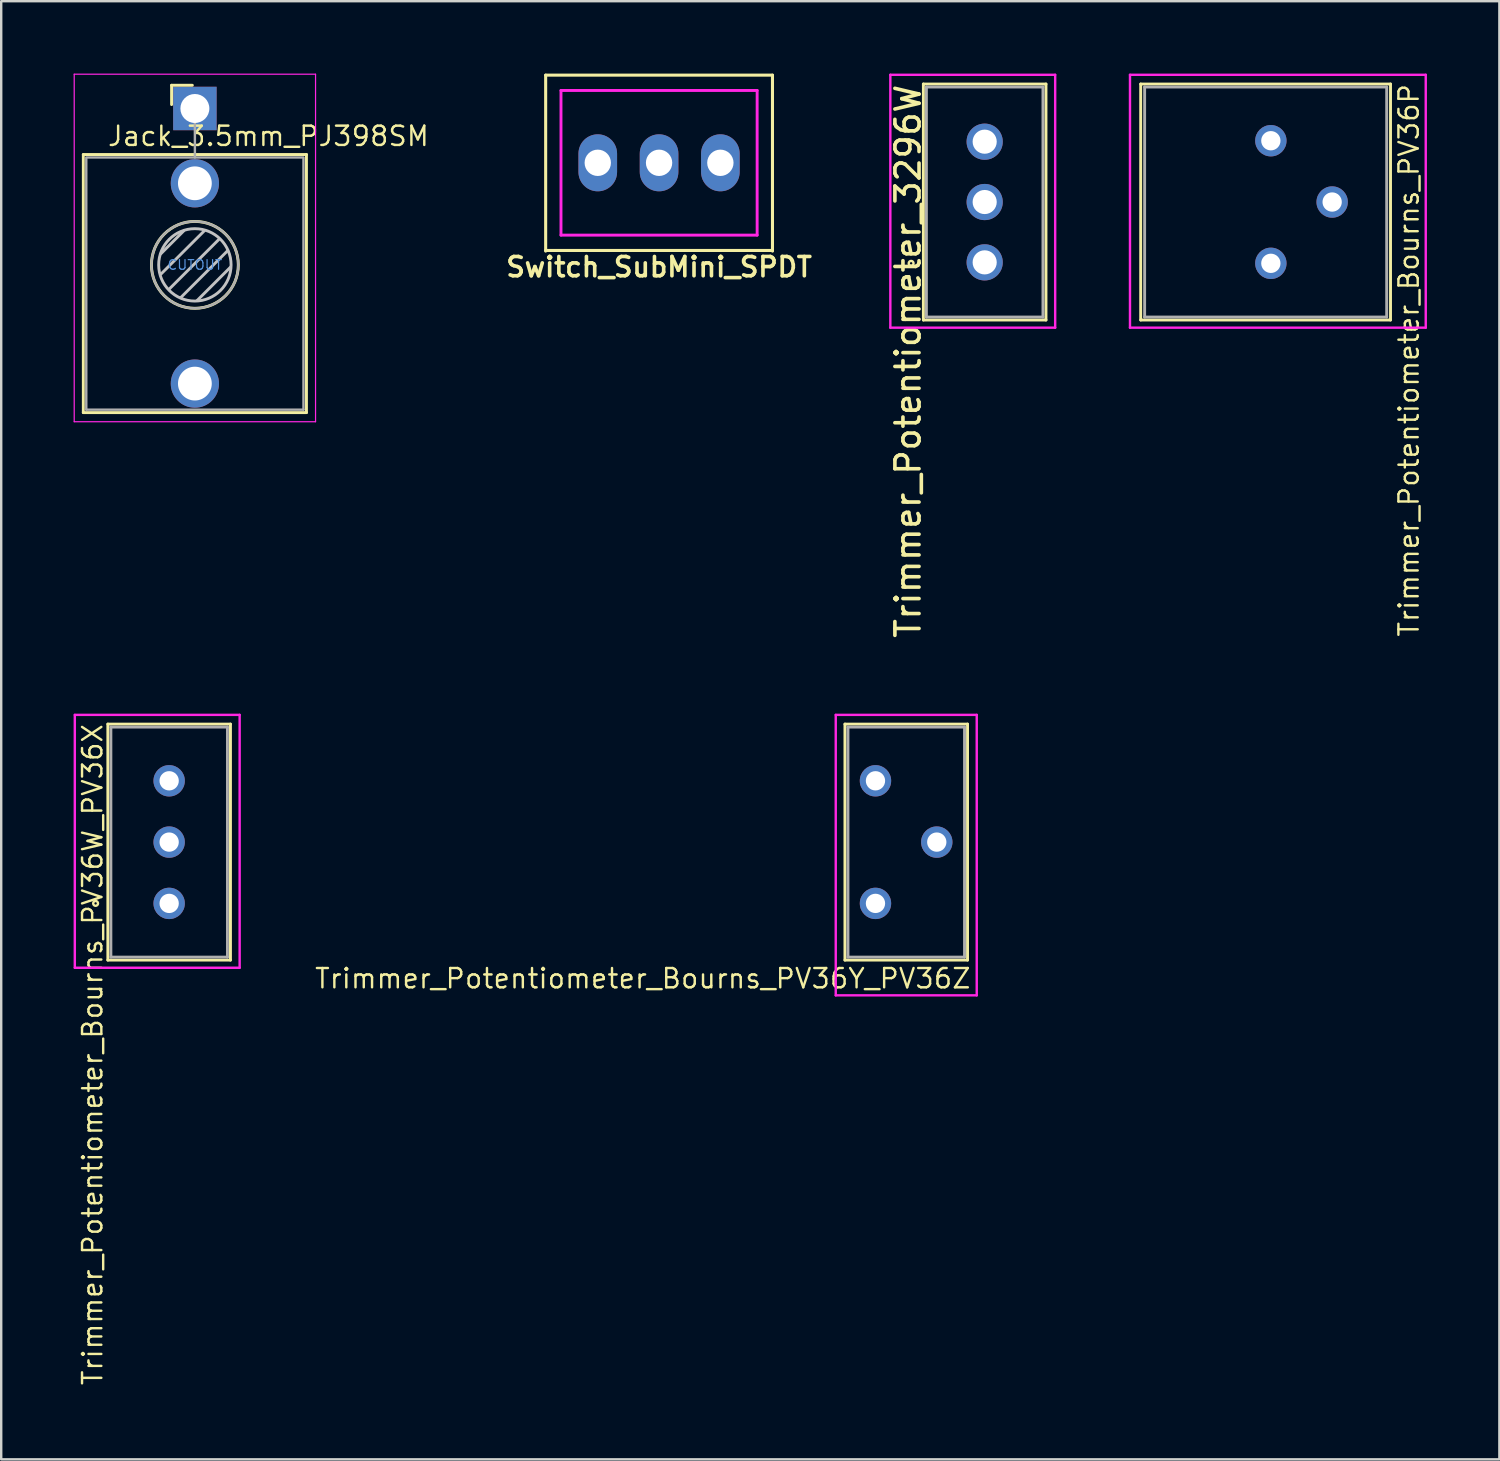
<source format=kicad_pcb>
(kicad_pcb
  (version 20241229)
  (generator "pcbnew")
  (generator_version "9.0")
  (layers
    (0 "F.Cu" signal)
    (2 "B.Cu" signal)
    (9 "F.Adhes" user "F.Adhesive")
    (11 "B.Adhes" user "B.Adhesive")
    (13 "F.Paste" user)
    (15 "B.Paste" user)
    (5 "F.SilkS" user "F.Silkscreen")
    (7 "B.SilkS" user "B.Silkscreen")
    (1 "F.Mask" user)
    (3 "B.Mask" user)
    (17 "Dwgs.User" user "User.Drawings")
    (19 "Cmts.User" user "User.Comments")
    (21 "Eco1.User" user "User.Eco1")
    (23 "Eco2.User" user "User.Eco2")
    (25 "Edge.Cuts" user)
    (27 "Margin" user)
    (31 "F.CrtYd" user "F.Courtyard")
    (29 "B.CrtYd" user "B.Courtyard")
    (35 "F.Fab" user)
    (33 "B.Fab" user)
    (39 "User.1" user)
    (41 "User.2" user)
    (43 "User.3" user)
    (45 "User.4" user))
  (footprint "Trimmer_Potentiometer_Bourns_PV36Y_PV36Z"
    (layer "F.Cu")
    (at 34.501 31.843)
    (property "Reference" "Trimmer_Potentiometer_Bourns_PV36Y_PV36Z" (at 2.731 5.652 180) (layer "F.SilkS") (effects (font (size 0.8 0.8) (thickness 0.1)) (justify right)))
    (attr through_hole)
    (fp_line (start -2.54 -4.889) (end 2.54 -4.889) (stroke (width 0.12) (type solid)) (layer "F.SilkS"))
    (fp_line (start -2.54 4.889) (end -2.54 -4.889) (stroke (width 0.12) (type solid)) (layer "F.SilkS"))
    (fp_line (start 2.54 -4.889) (end 2.54 4.889) (stroke (width 0.12) (type solid)) (layer "F.SilkS"))
    (fp_line (start 2.54 4.889) (end -2.54 4.889) (stroke (width 0.12) (type solid)) (layer "F.SilkS"))
    (fp_line (start -2.921 -5.271) (end 2.921 -5.271) (stroke (width 0.1) (type solid)) (layer "F.CrtYd"))
    (fp_line (start -2.921 6.35) (end -2.921 -5.271) (stroke (width 0.1) (type solid)) (layer "F.CrtYd"))
    (fp_line (start 2.921 -5.271) (end 2.921 6.35) (stroke (width 0.1) (type solid)) (layer "F.CrtYd"))
    (fp_line (start 2.921 6.35) (end -2.921 6.35) (stroke (width 0.1) (type solid)) (layer "F.CrtYd"))
    (fp_line (start -2.415 -4.765) (end -2.415 4.765) (stroke (width 0.12) (type solid)) (layer "F.Fab"))
    (fp_line (start -2.415 4.765) (end 2.415 4.765) (stroke (width 0.12) (type solid)) (layer "F.Fab"))
    (fp_line (start 2.415 -4.765) (end -2.415 -4.765) (stroke (width 0.12) (type solid)) (layer "F.Fab"))
    (fp_line (start 2.415 4.765) (end 2.415 -4.765) (stroke (width 0.12) (type solid)) (layer "F.Fab"))
    (pad "1" thru_hole circle (at -1.275 2.54) (size 1.3 1.3) (drill 0.8) (layers "*.Cu" "*.Mask"))
    (pad "2" thru_hole circle (at 1.265 0) (size 1.3 1.3) (drill 0.8) (layers "*.Cu" "*.Mask"))
    (pad "3" thru_hole circle (at -1.275 -2.54) (size 1.3 1.3) (drill 0.8) (layers "*.Cu" "*.Mask")))
  (footprint "Jack_3.5mm_PJ398SM"
    (layer "F.Cu")
    (at 5.025 7.925)
    (property "Reference" "Jack_3.5mm_PJ398SM" (at 3.048 -5.334 180) (layer "F.SilkS") (effects (font (size 0.8 0.8) (thickness 0.1))))
    (attr through_hole)
    (fp_line (start -4.623 -4.572) (end -4.623 6.121) (stroke (width 0.12) (type solid)) (layer "F.SilkS"))
    (fp_line (start -0.965 -7.442) (end -0.965 -6.642) (stroke (width 0.12) (type solid)) (layer "F.SilkS"))
    (fp_line (start -0.965 -7.442) (end -0.105 -7.442) (stroke (width 0.12) (type solid)) (layer "F.SilkS"))
    (fp_line (start 4.623 -4.572) (end -4.623 -4.572) (stroke (width 0.12) (type solid)) (layer "F.SilkS"))
    (fp_line (start 4.623 -4.572) (end 4.623 6.121) (stroke (width 0.12) (type solid)) (layer "F.SilkS"))
    (fp_line (start 4.623 6.121) (end -4.623 6.121) (stroke (width 0.12) (type solid)) (layer "F.SilkS"))
    (fp_circle (center 0 0) (end 1.8 0) (stroke (width 0.12) (type solid)) (fill no) (layer "F.SilkS"))
    (fp_line (start -1.42 0.395) (end 0.4 -1.42) (stroke (width 0.12) (type solid)) (layer "Dwgs.User"))
    (fp_line (start -1.41 -0.46) (end -0.46 -1.41) (stroke (width 0.12) (type solid)) (layer "Dwgs.User"))
    (fp_line (start -1.07 1.01) (end 1.01 -1.07) (stroke (width 0.12) (type solid)) (layer "Dwgs.User"))
    (fp_line (start -0.58 1.35) (end 1.36 -0.59) (stroke (width 0.12) (type solid)) (layer "Dwgs.User"))
    (fp_line (start 0.09 1.48) (end 1.48 0.09) (stroke (width 0.12) (type solid)) (layer "Dwgs.User"))
    (fp_circle (center 0 0) (end 1.5 0) (stroke (width 0.12) (type solid)) (fill no) (layer "Dwgs.User"))
    (fp_line (start -5 6.5) (end -5 -7.9) (stroke (width 0.05) (type solid)) (layer "F.CrtYd"))
    (fp_line (start 5 -7.9) (end -5 -7.9) (stroke (width 0.05) (type solid)) (layer "F.CrtYd"))
    (fp_line (start 5 6.5) (end -5 6.5) (stroke (width 0.05) (type solid)) (layer "F.CrtYd"))
    (fp_line (start 5 6.5) (end 5 -7.9) (stroke (width 0.05) (type solid)) (layer "F.CrtYd"))
    (fp_line (start -4.5 6) (end -4.5 -4.4) (stroke (width 0.1) (type solid)) (layer "F.Fab"))
    (fp_line (start 0 -6.48) (end 0 -4.45) (stroke (width 0.1) (type solid)) (layer "F.Fab"))
    (fp_line (start 4.5 -4.45) (end -4.5 -4.45) (stroke (width 0.1) (type solid)) (layer "F.Fab"))
    (fp_line (start 4.5 6) (end -4.5 6) (stroke (width 0.1) (type solid)) (layer "F.Fab"))
    (fp_line (start 4.5 6) (end 4.5 -4.4) (stroke (width 0.1) (type solid)) (layer "F.Fab"))
    (fp_circle (center 0 0) (end 1.8 0) (stroke (width 0.1) (type solid)) (fill no) (layer "F.Fab"))
    (fp_text user "CUTOUT" (at 0 0 0) (layer "Cmts.User") (effects (font (size 0.4 0.4) (thickness 0.05))))
    (pad "S" thru_hole rect (at 0 -6.48 180) (size 1.8 1.8) (drill 1.2) (layers "*.Cu" "*.Mask"))
    (pad "T" thru_hole circle (at 0 4.92 180) (size 2 2) (drill 1.4) (layers "*.Cu" "*.Mask"))
    (pad "TN" thru_hole circle (at 0 -3.38 180) (size 2 2) (drill 1.4) (layers "*.Cu" "*.Mask")))
  (footprint "Trimmer_Potentiometer_Bourns_PV36W_PV36X"
    (layer "F.Cu")
    (at 3.959 31.843)
    (property "Reference" "Trimmer_Potentiometer_Bourns_PV36W_PV36X" (at -3.175 -4.953 90) (layer "F.SilkS") (effects (font (size 0.8 0.8) (thickness 0.1)) (justify right)))
    (attr through_hole)
    (fp_line (start -2.54 -4.889) (end 2.54 -4.889) (stroke (width 0.12) (type solid)) (layer "F.SilkS"))
    (fp_line (start -2.54 4.889) (end -2.54 -4.889) (stroke (width 0.12) (type solid)) (layer "F.SilkS"))
    (fp_line (start 2.54 -4.889) (end 2.54 4.889) (stroke (width 0.12) (type solid)) (layer "F.SilkS"))
    (fp_line (start 2.54 4.889) (end -2.54 4.889) (stroke (width 0.12) (type solid)) (layer "F.SilkS"))
    (fp_circle (center -3.048 2.54) (end -2.948 2.54) (stroke (width 0.1) (type solid)) (fill no) (layer "F.SilkS"))
    (fp_line (start -3.909 -5.271) (end 2.921 -5.271) (stroke (width 0.1) (type solid)) (layer "F.CrtYd"))
    (fp_line (start -3.909 5.207) (end -3.909 -5.271) (stroke (width 0.1) (type solid)) (layer "F.CrtYd"))
    (fp_line (start 2.921 -5.271) (end 2.921 5.207) (stroke (width 0.1) (type solid)) (layer "F.CrtYd"))
    (fp_line (start 2.921 5.207) (end -3.909 5.207) (stroke (width 0.1) (type solid)) (layer "F.CrtYd"))
    (fp_line (start -2.415 -4.765) (end -2.415 4.765) (stroke (width 0.12) (type solid)) (layer "F.Fab"))
    (fp_line (start -2.415 4.765) (end 2.415 4.765) (stroke (width 0.12) (type solid)) (layer "F.Fab"))
    (fp_line (start 2.415 -4.765) (end -2.415 -4.765) (stroke (width 0.12) (type solid)) (layer "F.Fab"))
    (fp_line (start 2.415 4.765) (end 2.415 -4.765) (stroke (width 0.12) (type solid)) (layer "F.Fab"))
    (pad "1" thru_hole circle (at 0 2.54) (size 1.3 1.3) (drill 0.8) (layers "*.Cu" "*.Mask"))
    (pad "2" thru_hole circle (at 0 0) (size 1.3 1.3) (drill 0.8) (layers "*.Cu" "*.Mask"))
    (pad "3" thru_hole circle (at 0 -2.54) (size 1.3 1.3) (drill 0.8) (layers "*.Cu" "*.Mask")))
  (footprint "Switch_SubMini_SPDT"
    (layer "F.Cu")
    (at 24.259 3.696)
    (property "Reference" "Switch_SubMini_SPDT" (at 0 4.318 0) (layer "F.SilkS") (effects (font (size 0.8 0.8) (thickness 0.15))))
    (attr through_hole)
    (fp_line (start -4.699 -3.632) (end -4.699 3.658) (stroke (width 0.127) (type solid)) (layer "F.SilkS"))
    (fp_line (start -4.699 -3.632) (end 4.699 -3.632) (stroke (width 0.127) (type solid)) (layer "F.SilkS"))
    (fp_line (start -4.699 3.632) (end 4.699 3.632) (stroke (width 0.127) (type solid)) (layer "F.SilkS"))
    (fp_line (start 4.699 -3.632) (end 4.699 3.658) (stroke (width 0.127) (type solid)) (layer "F.SilkS"))
    (fp_line (start -4.064 -2.997) (end -4.064 2.997) (stroke (width 0.12) (type solid)) (layer "F.CrtYd"))
    (fp_line (start -4.064 -2.997) (end 4.064 -2.997) (stroke (width 0.12) (type solid)) (layer "F.CrtYd"))
    (fp_line (start -4.064 2.997) (end 4.064 2.997) (stroke (width 0.12) (type solid)) (layer "F.CrtYd"))
    (fp_line (start 4.064 -2.997) (end 4.064 2.997) (stroke (width 0.12) (type solid)) (layer "F.CrtYd"))
    (pad "1" thru_hole oval (at -2.54 0) (size 1.6 2.362) (drill 1.092) (layers "*.Cu" "*.Mask"))
    (pad "2" thru_hole oval (at 0 0) (size 1.6 2.362) (drill 1.092) (layers "*.Cu" "*.Mask"))
    (pad "3" thru_hole oval (at 2.54 0) (size 1.6 2.362) (drill 1.092) (layers "*.Cu" "*.Mask")))
  (footprint "Trimmer_Potentiometer_3296W"
    (layer "F.Cu")
    (at 37.751 5.321)
    (property "Reference" "Trimmer_Potentiometer_3296W" (at -3.175 -4.953 90) (unlocked yes) (layer "F.SilkS") (effects (font (size 1 1) (thickness 0.15)) (justify right)))
    (attr through_hole)
    (fp_line (start -2.54 -4.889) (end 2.54 -4.889) (stroke (width 0.12) (type solid)) (layer "F.SilkS"))
    (fp_line (start -2.54 4.889) (end -2.54 -4.889) (stroke (width 0.12) (type solid)) (layer "F.SilkS"))
    (fp_line (start 2.54 -4.889) (end 2.54 4.889) (stroke (width 0.12) (type solid)) (layer "F.SilkS"))
    (fp_line (start 2.54 4.889) (end -2.54 4.889) (stroke (width 0.12) (type solid)) (layer "F.SilkS"))
    (fp_circle (center -3.048 2.54) (end -2.948 2.54) (stroke (width 0.1) (type solid)) (fill no) (layer "F.SilkS"))
    (fp_line (start -3.909 -5.271) (end 2.921 -5.271) (stroke (width 0.1) (type solid)) (layer "F.CrtYd"))
    (fp_line (start -3.909 5.207) (end -3.909 -5.271) (stroke (width 0.1) (type solid)) (layer "F.CrtYd"))
    (fp_line (start 2.921 -5.271) (end 2.921 5.207) (stroke (width 0.1) (type solid)) (layer "F.CrtYd"))
    (fp_line (start 2.921 5.207) (end -3.909 5.207) (stroke (width 0.1) (type solid)) (layer "F.CrtYd"))
    (fp_line (start -2.415 -4.765) (end -2.415 4.765) (stroke (width 0.12) (type solid)) (layer "F.Fab"))
    (fp_line (start -2.415 4.765) (end 2.415 4.765) (stroke (width 0.12) (type solid)) (layer "F.Fab"))
    (fp_line (start 2.415 -4.765) (end -2.415 -4.765) (stroke (width 0.12) (type solid)) (layer "F.Fab"))
    (fp_line (start 2.415 4.765) (end 2.415 -4.765) (stroke (width 0.12) (type solid)) (layer "F.Fab"))
    (pad "1" thru_hole circle (at 0 2.5) (size 1.5 1.5) (drill 1) (layers "*.Cu" "*.Mask"))
    (pad "2" thru_hole circle (at 0 0) (size 1.5 1.5) (drill 1) (layers "*.Cu" "*.Mask"))
    (pad "3" thru_hole circle (at 0 -2.5) (size 1.5 1.5) (drill 1) (layers "*.Cu" "*.Mask")))
  (footprint "Trimmer_Potentiometer_Bourns_PV36P"
    (layer "F.Cu")
    (at 49.394 5.321)
    (property "Reference" "Trimmer_Potentiometer_Bourns_PV36P" (at 5.935 -4.953 270) (layer "F.SilkS") (effects (font (size 0.8 0.8) (thickness 0.1)) (justify right)))
    (attr through_hole)
    (fp_line (start -5.178 -4.889) (end 5.173 -4.889) (stroke (width 0.12) (type solid)) (layer "F.SilkS"))
    (fp_line (start -5.178 4.889) (end -5.178 -4.889) (stroke (width 0.12) (type solid)) (layer "F.SilkS"))
    (fp_line (start 5.173 -4.889) (end 5.173 4.889) (stroke (width 0.12) (type solid)) (layer "F.SilkS"))
    (fp_line (start 5.173 4.889) (end -5.178 4.889) (stroke (width 0.12) (type solid)) (layer "F.SilkS"))
    (fp_line (start -5.622 -5.271) (end 6.633 -5.271) (stroke (width 0.1) (type solid)) (layer "F.CrtYd"))
    (fp_line (start -5.622 5.207) (end -5.622 -5.271) (stroke (width 0.1) (type solid)) (layer "F.CrtYd"))
    (fp_line (start 6.633 -5.271) (end 6.633 5.207) (stroke (width 0.1) (type solid)) (layer "F.CrtYd"))
    (fp_line (start 6.633 5.207) (end -5.622 5.207) (stroke (width 0.1) (type solid)) (layer "F.CrtYd"))
    (fp_line (start -5.015 -4.765) (end -5.015 4.765) (stroke (width 0.12) (type solid)) (layer "F.Fab"))
    (fp_line (start -5.015 4.765) (end 5.015 4.765) (stroke (width 0.12) (type solid)) (layer "F.Fab"))
    (fp_line (start 5.015 -4.765) (end -5.015 -4.765) (stroke (width 0.12) (type solid)) (layer "F.Fab"))
    (fp_line (start 5.015 4.765) (end 5.015 -4.765) (stroke (width 0.12) (type solid)) (layer "F.Fab"))
    (pad "1" thru_hole circle (at 0.215 2.54) (size 1.3 1.3) (drill 0.8) (layers "*.Cu" "*.Mask"))
    (pad "2" thru_hole circle (at 2.755 0) (size 1.3 1.3) (drill 0.8) (layers "*.Cu" "*.Mask"))
    (pad "3" thru_hole circle (at 0.215 -2.54) (size 1.3 1.3) (drill 0.8) (layers "*.Cu" "*.Mask")))
  (gr_rect
    (start -3 -3)
    (end 59.078 57.42)
    (stroke (width 0.1) (type default))
    (fill no)
    (layer "Edge.Cuts")))
</source>
